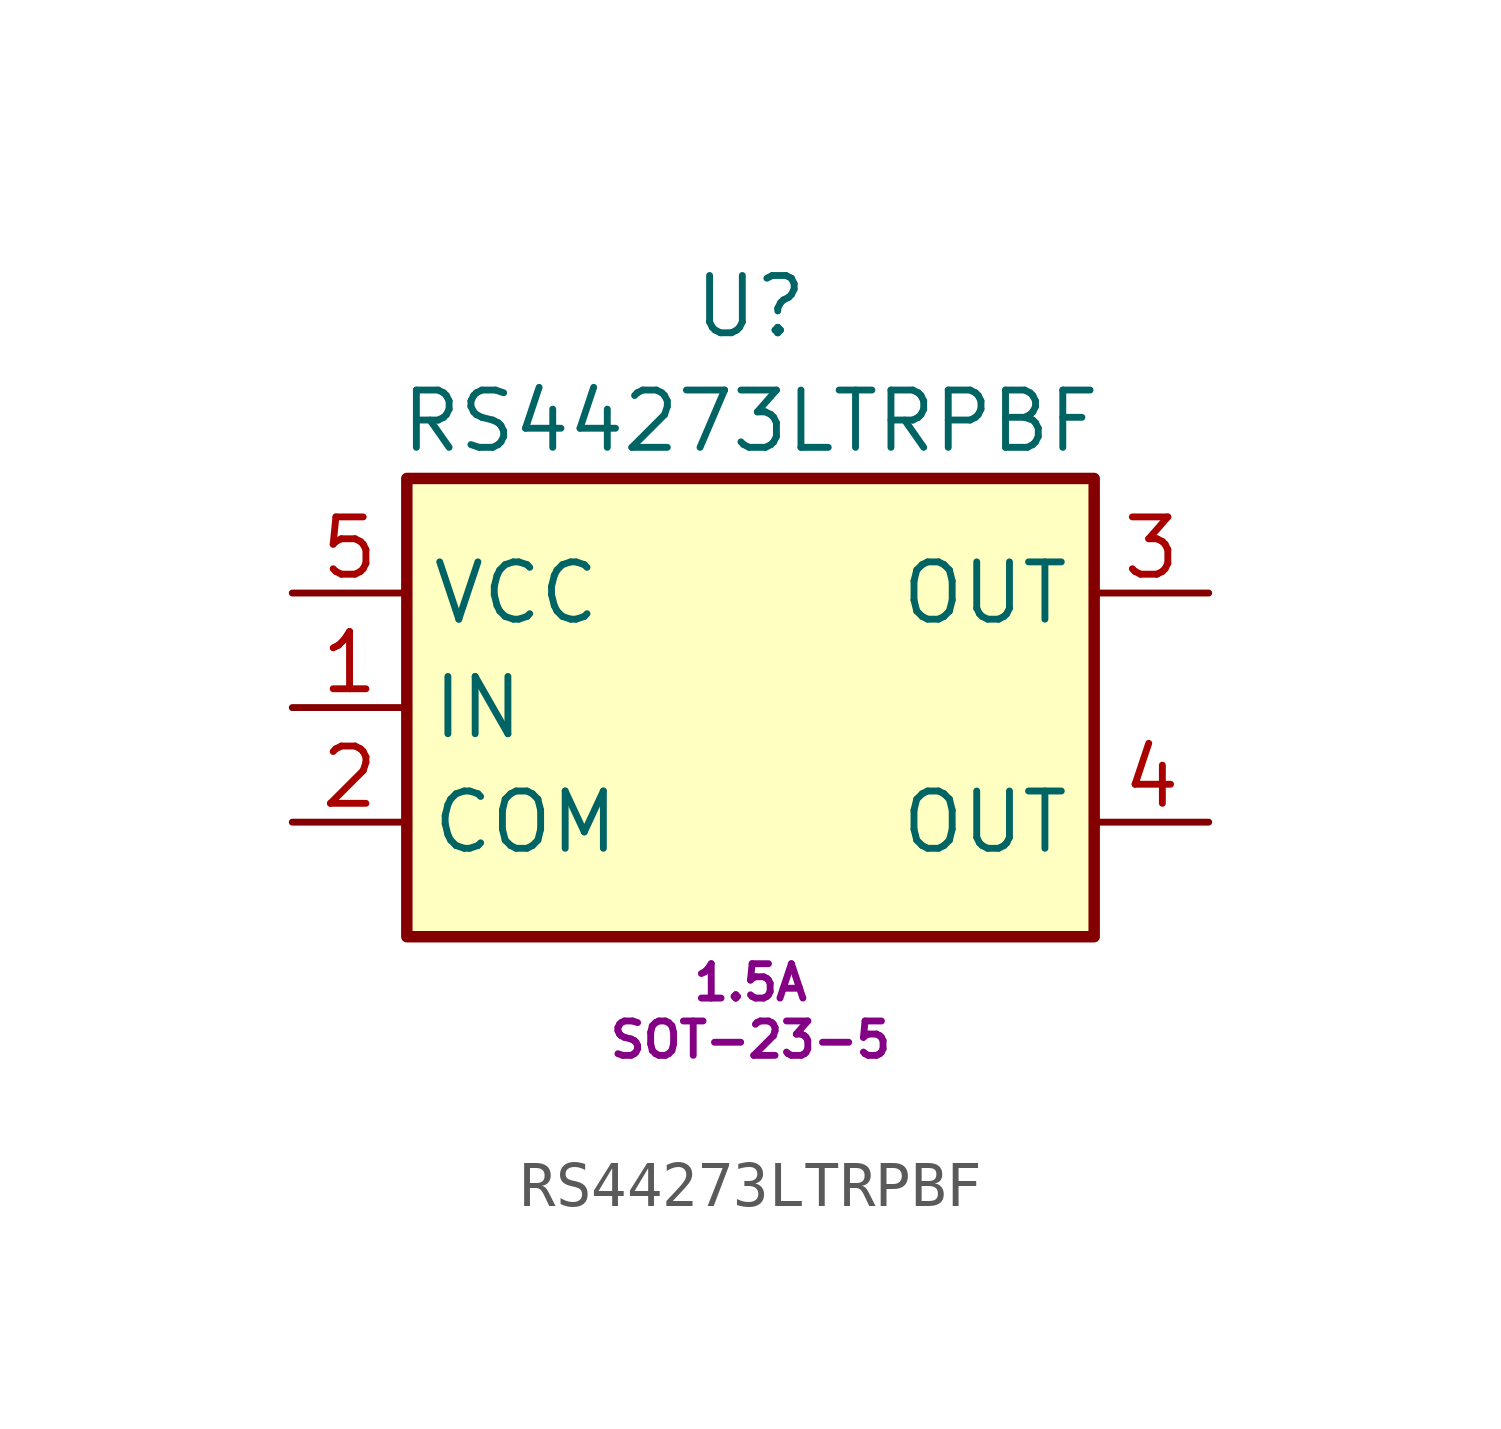
<source format=kicad_sym>
(kicad_symbol_lib
  (version 20220914)
  (generator kicad_symbol_editor)
  (symbol "RS44273LTRPBF"
    (property "Reference" "U"
      (at 0 8.89 0)
      (effects (font (size 1.27 1.27))))
    (property "Value" "RS44273LTRPBF"
      (at 0 6.35 0)
      (effects (font (size 1.27 1.27))))
    (property "Iout" "1.5A"
      (at 0 -6.096 0)
      (effects (font (size 0.762 0.762))))
    (property "Package" "SOT-23-5"
      (at 0 -7.366 0)
      (effects (font (size 0.762 0.762))))
    (property "Assembly" ""
      (at 5.08 8.89 0)
      (effects (font (size 1.27 1.27))))
    (symbol "RS44273LTRPBF_0_1"
      (rectangle (start -7.62 5.08) (end 7.62 -5.08) (stroke (width 0.254) (type default)) (fill (type background))))
    (symbol "RS44273LTRPBF_1_1"
      (pin input line (at -10.16 0 0) (length 2.54) (name "IN" (effects (font (size 1.27 1.27)))) (number "1" (effects (font (size 1.27 1.27)))))
      (pin power_in line (at -10.16 -2.54 0) (length 2.54) (name "COM" (effects (font (size 1.27 1.27)))) (number "2" (effects (font (size 1.27 1.27)))))
      (pin output line (at 10.16 2.54 180) (length 2.54) (name "OUT" (effects (font (size 1.27 1.27)))) (number "3" (effects (font (size 1.27 1.27)))))
      (pin output line (at 10.16 -2.54 180) (length 2.54) (name "OUT" (effects (font (size 1.27 1.27)))) (number "4" (effects (font (size 1.27 1.27)))))
      (pin power_in line (at -10.16 2.54 0) (length 2.54) (name "VCC" (effects (font (size 1.27 1.27)))) (number "5" (effects (font (size 1.27 1.27))))))))
</source>
